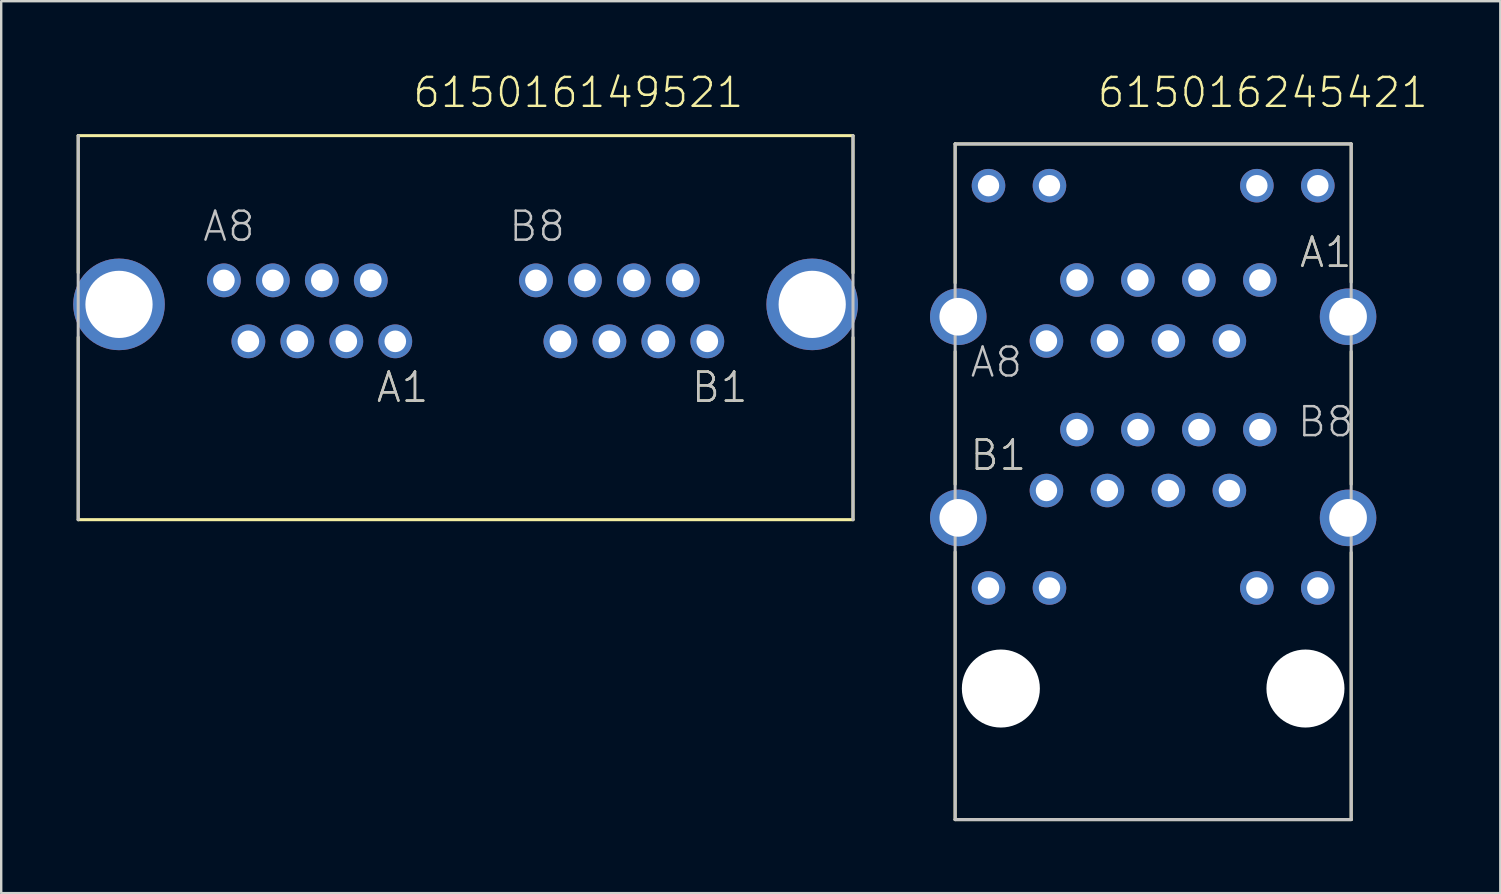
<source format=kicad_pcb>
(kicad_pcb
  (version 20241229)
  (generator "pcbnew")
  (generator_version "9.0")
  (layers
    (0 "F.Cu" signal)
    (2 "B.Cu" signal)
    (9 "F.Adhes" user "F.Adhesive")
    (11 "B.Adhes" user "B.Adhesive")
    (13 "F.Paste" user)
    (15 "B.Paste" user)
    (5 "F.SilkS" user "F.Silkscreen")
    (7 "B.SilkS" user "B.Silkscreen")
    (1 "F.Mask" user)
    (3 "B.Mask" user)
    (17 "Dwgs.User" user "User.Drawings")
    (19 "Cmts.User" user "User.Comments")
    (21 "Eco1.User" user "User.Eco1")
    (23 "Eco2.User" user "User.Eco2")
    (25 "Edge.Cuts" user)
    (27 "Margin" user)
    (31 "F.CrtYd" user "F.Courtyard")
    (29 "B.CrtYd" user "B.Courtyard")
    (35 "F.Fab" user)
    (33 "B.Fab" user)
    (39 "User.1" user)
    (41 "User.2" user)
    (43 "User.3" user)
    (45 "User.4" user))
  (footprint "615016149521"
    (layer "F.Cu")
    (at 16.348 9.631)
    (property "Reference" "615016149521" (at -2.263 -8.12 0) (layer "F.SilkS") (effects (font (size 1.206 1.206) (thickness 0.102)) (justify left bottom)))
    (attr through_hole)
    (fp_line (start -16.14 -7.03) (end 16.14 -7.03) (stroke (width 0.127) (type solid)) (layer "F.SilkS"))
    (fp_line (start -16.14 -1.32) (end -16.14 -7.03) (stroke (width 0.127) (type solid)) (layer "F.SilkS"))
    (fp_line (start -16.14 1.37) (end -16.14 8.97) (stroke (width 0.127) (type solid)) (layer "F.SilkS"))
    (fp_line (start 16.14 -1.31) (end 16.14 -7.02) (stroke (width 0.127) (type solid)) (layer "F.SilkS"))
    (fp_line (start 16.14 1.38) (end 16.14 8.97) (stroke (width 0.127) (type solid)) (layer "F.SilkS"))
    (fp_line (start 16.14 8.97) (end -16.14 8.97) (stroke (width 0.127) (type solid)) (layer "F.SilkS"))
    (fp_line (start -16.14 8.97) (end -16.14 -7.03) (stroke (width 0.127) (type solid)) (layer "Dwgs.User"))
    (fp_line (start 16.14 -7.03) (end 16.14 8.97) (stroke (width 0.127) (type solid)) (layer "Dwgs.User"))
    (fp_text user "B1" (at 9.34 4.16 0) (layer "F.SilkS") (effects (font (size 1.206 1.206) (thickness 0.102)) (justify left bottom)))
    (fp_text user "A1" (at -3.785 4.16 0) (layer "F.SilkS") (effects (font (size 1.206 1.206) (thickness 0.102)) (justify left bottom)))
    (fp_text user "A1" (at -3.785 4.16 0) (layer "Dwgs.User") (effects (font (size 1.206 1.206) (thickness 0.102)) (justify left bottom)))
    (fp_text user "B8" (at 1.735 -2.545 0) (layer "Dwgs.User") (effects (font (size 1.206 1.206) (thickness 0.102)) (justify left bottom)))
    (fp_text user "B1" (at 9.34 4.16 0) (layer "Dwgs.User") (effects (font (size 1.206 1.206) (thickness 0.102)) (justify left bottom)))
    (fp_text user "A8" (at -11.02 -2.545 0) (layer "Dwgs.User") (effects (font (size 1.206 1.206) (thickness 0.102)) (justify left bottom)))
    (pad "A1" thru_hole circle (at -2.93 1.54) (size 1.408 1.408) (drill 0.9) (layers "*.Cu" "*.Mask"))
    (pad "A2" thru_hole circle (at -3.95 -1) (size 1.408 1.408) (drill 0.9) (layers "*.Cu" "*.Mask"))
    (pad "A3" thru_hole circle (at -4.97 1.54) (size 1.408 1.408) (drill 0.9) (layers "*.Cu" "*.Mask"))
    (pad "A4" thru_hole circle (at -5.99 -1) (size 1.408 1.408) (drill 0.9) (layers "*.Cu" "*.Mask"))
    (pad "A5" thru_hole circle (at -7.01 1.54) (size 1.408 1.408) (drill 0.9) (layers "*.Cu" "*.Mask"))
    (pad "A6" thru_hole circle (at -8.03 -1) (size 1.408 1.408) (drill 0.9) (layers "*.Cu" "*.Mask"))
    (pad "A7" thru_hole circle (at -9.05 1.54) (size 1.408 1.408) (drill 0.9) (layers "*.Cu" "*.Mask"))
    (pad "A8" thru_hole circle (at -10.07 -1) (size 1.408 1.408) (drill 0.9) (layers "*.Cu" "*.Mask"))
    (pad "B1" thru_hole circle (at 10.07 1.54) (size 1.408 1.408) (drill 0.9) (layers "*.Cu" "*.Mask"))
    (pad "B2" thru_hole circle (at 9.05 -1) (size 1.408 1.408) (drill 0.9) (layers "*.Cu" "*.Mask"))
    (pad "B3" thru_hole circle (at 8.03 1.54) (size 1.408 1.408) (drill 0.9) (layers "*.Cu" "*.Mask"))
    (pad "B4" thru_hole circle (at 7.01 -1) (size 1.408 1.408) (drill 0.9) (layers "*.Cu" "*.Mask"))
    (pad "B5" thru_hole circle (at 5.99 1.54) (size 1.408 1.408) (drill 0.9) (layers "*.Cu" "*.Mask"))
    (pad "B6" thru_hole circle (at 4.97 -1) (size 1.408 1.408) (drill 0.9) (layers "*.Cu" "*.Mask"))
    (pad "B7" thru_hole circle (at 3.95 1.54) (size 1.408 1.408) (drill 0.9) (layers "*.Cu" "*.Mask"))
    (pad "B8" thru_hole circle (at 2.93 -1) (size 1.408 1.408) (drill 0.9) (layers "*.Cu" "*.Mask"))
    (pad "SHEL" thru_hole circle (at -14.44 0) (size 3.816 3.816) (drill 2.8) (layers "*.Cu" "*.Mask"))
    (pad "SHEL" thru_hole circle (at 14.44 0) (size 3.816 3.816) (drill 2.8) (layers "*.Cu" "*.Mask")))
  (footprint "615016245421"
    (layer "F.Cu")
    (at 44.993 10.146)
    (property "Reference" "615016245421" (at -2.39 -8.635 0) (layer "F.SilkS") (effects (font (size 1.206 1.206) (thickness 0.102)) (justify left bottom)))
    (attr through_hole)
    (fp_line (start -8.25 -7.2) (end 8.25 -7.2) (stroke (width 0.127) (type solid)) (layer "F.SilkS"))
    (fp_line (start -8.25 -1.41) (end -8.25 -7.2) (stroke (width 0.127) (type solid)) (layer "F.SilkS"))
    (fp_line (start -8.25 1.45) (end -8.25 6.98) (stroke (width 0.127) (type solid)) (layer "F.SilkS"))
    (fp_line (start -8.25 9.8) (end -8.25 20.95) (stroke (width 0.127) (type solid)) (layer "F.SilkS"))
    (fp_line (start -8.25 20.95) (end 8.25 20.95) (stroke (width 0.127) (type solid)) (layer "F.SilkS"))
    (fp_line (start 8.25 -7.2) (end 8.25 -1.44) (stroke (width 0.127) (type solid)) (layer "F.SilkS"))
    (fp_line (start 8.25 1.45) (end 8.25 6.98) (stroke (width 0.127) (type solid)) (layer "F.SilkS"))
    (fp_line (start 8.25 20.95) (end 8.25 9.82) (stroke (width 0.127) (type solid)) (layer "F.SilkS"))
    (fp_line (start -8.25 -7.2) (end 8.25 -7.2) (stroke (width 0.127) (type solid)) (layer "Dwgs.User"))
    (fp_line (start -8.25 20.95) (end -8.25 -7.2) (stroke (width 0.127) (type solid)) (layer "Dwgs.User"))
    (fp_line (start 8.25 -7.2) (end 8.25 20.95) (stroke (width 0.127) (type solid)) (layer "Dwgs.User"))
    (fp_line (start 8.25 20.95) (end -8.25 20.95) (stroke (width 0.127) (type solid)) (layer "Dwgs.User"))
    (fp_text user "B1" (at -7.695 6.475 0) (layer "F.SilkS") (effects (font (size 1.206 1.206) (thickness 0.102)) (justify left bottom)))
    (fp_text user "A1" (at 6.035 -1.975 0) (layer "F.SilkS") (effects (font (size 1.206 1.206) (thickness 0.102)) (justify left bottom)))
    (fp_text user "B1" (at -7.695 6.475 0) (layer "Dwgs.User") (effects (font (size 1.206 1.206) (thickness 0.102)) (justify left bottom)))
    (fp_text user "B8" (at 5.945 5.085 0) (layer "Dwgs.User") (effects (font (size 1.206 1.206) (thickness 0.102)) (justify left bottom)))
    (fp_text user "A1" (at 6.035 -1.975 0) (layer "Dwgs.User") (effects (font (size 1.206 1.206) (thickness 0.102)) (justify left bottom)))
    (fp_text user "A8" (at -7.69 2.6 0) (layer "Dwgs.User") (effects (font (size 1.206 1.206) (thickness 0.102)) (justify left bottom)))
    (pad "" np_thru_hole circle (at -6.345 15.49) (size 3.25 3.25) (drill 3.25) (layers "*.Cu"))
    (pad "" np_thru_hole circle (at 6.345 15.49) (size 3.25 3.25) (drill 3.25) (layers "*.Cu"))
    (pad "A1" thru_hole circle (at 4.445 -1.53) (size 1.398 1.398) (drill 0.89) (layers "*.Cu" "*.Mask"))
    (pad "A2" thru_hole circle (at 3.175 1.01) (size 1.398 1.398) (drill 0.89) (layers "*.Cu" "*.Mask"))
    (pad "A3" thru_hole circle (at 1.905 -1.53) (size 1.398 1.398) (drill 0.89) (layers "*.Cu" "*.Mask"))
    (pad "A4" thru_hole circle (at 0.635 1.01) (size 1.398 1.398) (drill 0.89) (layers "*.Cu" "*.Mask"))
    (pad "A5" thru_hole circle (at -0.635 -1.53) (size 1.398 1.398) (drill 0.89) (layers "*.Cu" "*.Mask"))
    (pad "A6" thru_hole circle (at -1.905 1.01) (size 1.398 1.398) (drill 0.89) (layers "*.Cu" "*.Mask"))
    (pad "A7" thru_hole circle (at -3.175 -1.53) (size 1.398 1.398) (drill 0.89) (layers "*.Cu" "*.Mask"))
    (pad "A8" thru_hole circle (at -4.445 1.01) (size 1.398 1.398) (drill 0.89) (layers "*.Cu" "*.Mask"))
    (pad "A9" thru_hole circle (at -6.86 11.3) (size 1.398 1.398) (drill 0.89) (layers "*.Cu" "*.Mask"))
    (pad "A10" thru_hole circle (at -4.32 11.3) (size 1.398 1.398) (drill 0.89) (layers "*.Cu" "*.Mask"))
    (pad "A11" thru_hole circle (at 4.32 11.3) (size 1.398 1.398) (drill 0.89) (layers "*.Cu" "*.Mask"))
    (pad "A12" thru_hole circle (at 6.86 11.3) (size 1.398 1.398) (drill 0.89) (layers "*.Cu" "*.Mask"))
    (pad "B1" thru_hole circle (at -4.445 7.24) (size 1.398 1.398) (drill 0.89) (layers "*.Cu" "*.Mask"))
    (pad "B2" thru_hole circle (at -3.175 4.7) (size 1.398 1.398) (drill 0.89) (layers "*.Cu" "*.Mask"))
    (pad "B3" thru_hole circle (at -1.905 7.24) (size 1.398 1.398) (drill 0.89) (layers "*.Cu" "*.Mask"))
    (pad "B4" thru_hole circle (at -0.635 4.7) (size 1.398 1.398) (drill 0.89) (layers "*.Cu" "*.Mask"))
    (pad "B5" thru_hole circle (at 0.635 7.24) (size 1.398 1.398) (drill 0.89) (layers "*.Cu" "*.Mask"))
    (pad "B6" thru_hole circle (at 1.905 4.7) (size 1.398 1.398) (drill 0.89) (layers "*.Cu" "*.Mask"))
    (pad "B7" thru_hole circle (at 3.175 7.24) (size 1.398 1.398) (drill 0.89) (layers "*.Cu" "*.Mask"))
    (pad "B8" thru_hole circle (at 4.445 4.7) (size 1.398 1.398) (drill 0.89) (layers "*.Cu" "*.Mask"))
    (pad "B9" thru_hole circle (at -6.86 -5.46) (size 1.398 1.398) (drill 0.89) (layers "*.Cu" "*.Mask"))
    (pad "B10" thru_hole circle (at -4.32 -5.46) (size 1.398 1.398) (drill 0.89) (layers "*.Cu" "*.Mask"))
    (pad "B11" thru_hole circle (at 4.32 -5.46) (size 1.398 1.398) (drill 0.89) (layers "*.Cu" "*.Mask"))
    (pad "B12" thru_hole circle (at 6.86 -5.46) (size 1.398 1.398) (drill 0.89) (layers "*.Cu" "*.Mask"))
    (pad "SHEL" thru_hole circle (at -8.12 0) (size 2.355 2.355) (drill 1.57) (layers "*.Cu" "*.Mask"))
    (pad "SHEL" thru_hole circle (at -8.12 8.38) (size 2.355 2.355) (drill 1.57) (layers "*.Cu" "*.Mask"))
    (pad "SHEL" thru_hole circle (at 8.12 0) (size 2.355 2.355) (drill 1.57) (layers "*.Cu" "*.Mask"))
    (pad "SHEL" thru_hole circle (at 8.12 8.38) (size 2.355 2.355) (drill 1.57) (layers "*.Cu" "*.Mask")))
  (gr_rect
    (start -3 -3)
    (end 59.456 34.16)
    (stroke (width 0.1) (type default))
    (fill no)
    (layer "Edge.Cuts")))
</source>
